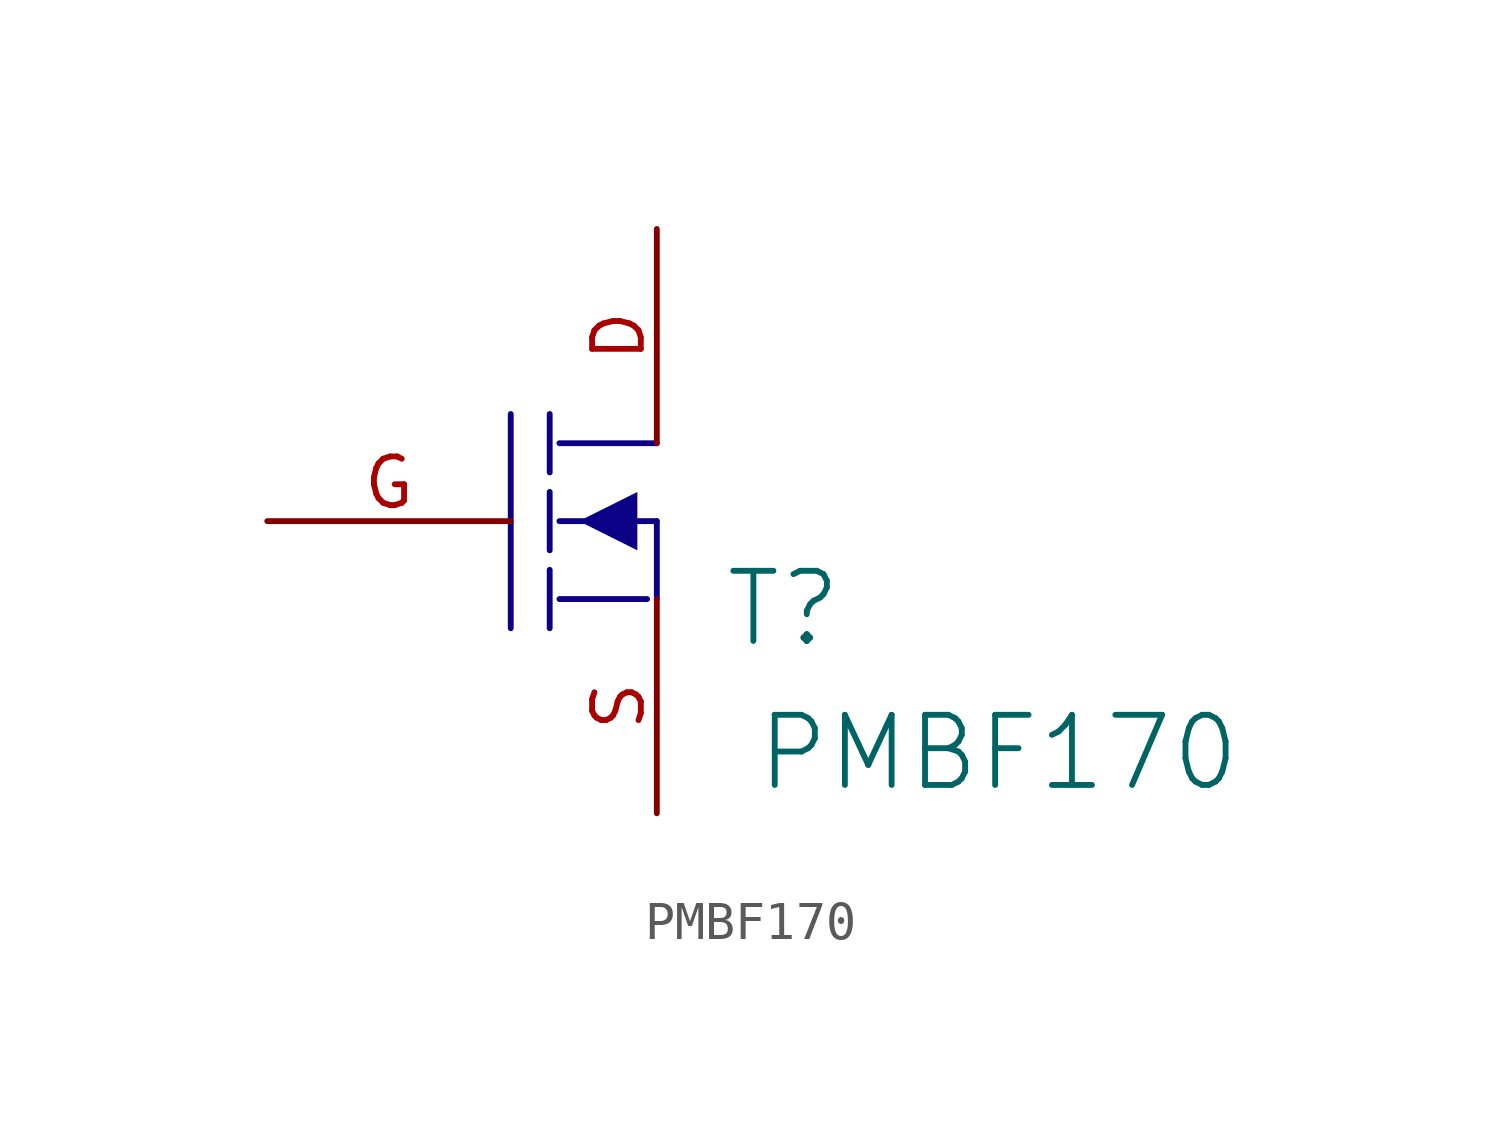
<source format=kicad_sym>
(kicad_symbol_lib
  (version 20241209)
  (generator "kicad_symbol_editor")
  (generator_version "9.0")
  (symbol "PMBF170"
    (pin_names
      (hide yes))
    (property "Reference" "T"
      (at 5.842 -2.286 0)
      (effects (font (size 1.829 1.829))))
    (property "Value" "PMBF170"
      (at 5.08 -7.112 0)
      (effects (font (size 1.829 1.829)) (justify left bottom)))
    (symbol "PMBF170_1_0"
      (polyline (pts (xy -1.27 2.794) (xy -1.27 -2.794)) (stroke (width 0) (type solid) (color 12 0 135 1)) (fill (type none)))
      (polyline (pts (xy -0.254 2.794) (xy -0.254 1.27)) (stroke (width 0) (type solid) (color 12 0 135 1)) (fill (type none)))
      (polyline (pts (xy -0.254 0.762) (xy -0.254 -0.762)) (stroke (width 0) (type solid) (color 12 0 135 1)) (fill (type none)))
      (polyline (pts (xy -0.254 -1.27) (xy -0.254 -2.794)) (stroke (width 0) (type solid) (color 12 0 135 1)) (fill (type none)))
      (polyline (pts (xy 0 0) (xy 2.54 0)) (stroke (width 0) (type solid) (color 12 0 135 1)) (fill (type none)))
      (polyline (pts (xy 0 -2.032) (xy 2.286 -2.032)) (stroke (width 0) (type solid) (color 12 0 135 1)) (fill (type none)))
      (polyline (pts (xy 2.032 0.762) (xy 0.508 0) (xy 2.032 -0.762) (xy 2.032 0.762)) (stroke (width -0.0001) (type solid) (color 12 0 135 1)) (fill (type outline)))
      (polyline (pts (xy 2.54 2.032) (xy 0 2.032)) (stroke (width 0) (type solid) (color 12 0 135 1)) (fill (type none)))
      (polyline (pts (xy 2.54 -2.032) (xy 2.54 0)) (stroke (width 0) (type solid) (color 12 0 135 1)) (fill (type none)))
      (pin passive line (at -7.62 0 0) (length 6.35) (name "G" (effects (font (size 1.27 1.27)))) (number "G" (effects (font (size 1.27 1.27)))))
      (pin passive line (at 2.54 7.62 270) (length 5.588) (name "D" (effects (font (size 1.27 1.27)))) (number "D" (effects (font (size 1.27 1.27)))))
      (pin passive line (at 2.54 -7.62 90) (length 5.588) (name "S" (effects (font (size 1.27 1.27)))) (number "S" (effects (font (size 1.27 1.27))))))))
</source>
